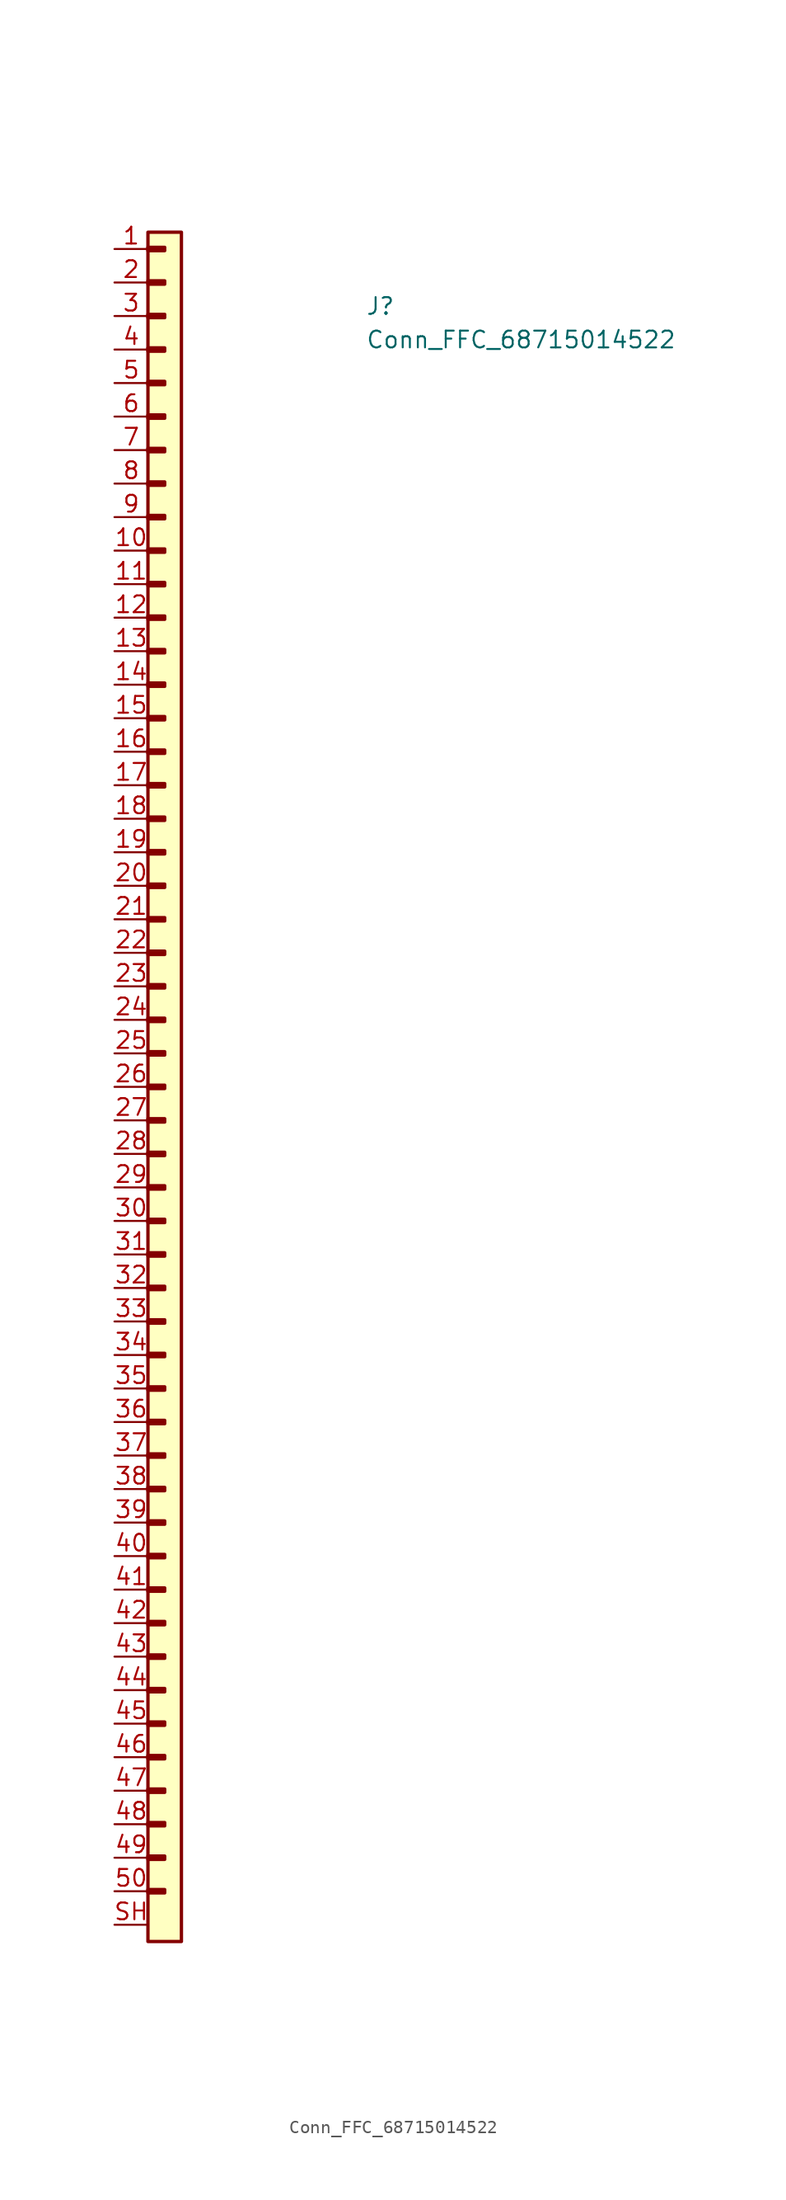
<source format=kicad_sym>
(kicad_symbol_lib
  (version 20211014)
  (generator kicad_symbol_editor)
  (symbol "Conn_FFC_68715014522"
    (property "Reference" "J"
      (at 19.05 -5.08 0)
      (effects (font (size 1.27 1.27) (thickness 0.15)) (justify left bottom)))
    (property "Value" "Conn_FFC_68715014522"
      (at 19.05 -7.62 0)
      (effects (font (size 1.27 1.27) (thickness 0.15)) (justify left bottom)))
    (symbol "Conn_FFC_68715014522_1_1"
      (rectangle (start 2.54 -124.333) (end 3.81 -124.587) (stroke (width 0.254) (type default) (color 0 0 0 0)) (fill (type background)))
      (rectangle (start 2.54 -121.793) (end 3.81 -122.047) (stroke (width 0.254) (type default) (color 0 0 0 0)) (fill (type background)))
      (rectangle (start 2.54 -119.253) (end 3.81 -119.507) (stroke (width 0.254) (type default) (color 0 0 0 0)) (fill (type background)))
      (rectangle (start 2.54 -116.713) (end 3.81 -116.967) (stroke (width 0.254) (type default) (color 0 0 0 0)) (fill (type background)))
      (rectangle (start 2.54 -114.173) (end 3.81 -114.427) (stroke (width 0.254) (type default) (color 0 0 0 0)) (fill (type background)))
      (rectangle (start 2.54 -111.633) (end 3.81 -111.887) (stroke (width 0.254) (type default) (color 0 0 0 0)) (fill (type background)))
      (rectangle (start 2.54 -109.093) (end 3.81 -109.347) (stroke (width 0.254) (type default) (color 0 0 0 0)) (fill (type background)))
      (rectangle (start 2.54 -106.553) (end 3.81 -106.807) (stroke (width 0.254) (type default) (color 0 0 0 0)) (fill (type background)))
      (rectangle (start 2.54 -104.013) (end 3.81 -104.267) (stroke (width 0.254) (type default) (color 0 0 0 0)) (fill (type background)))
      (rectangle (start 2.54 -101.473) (end 3.81 -101.727) (stroke (width 0.254) (type default) (color 0 0 0 0)) (fill (type background)))
      (rectangle (start 2.54 -98.933) (end 3.81 -99.187) (stroke (width 0.254) (type default) (color 0 0 0 0)) (fill (type background)))
      (rectangle (start 2.54 -96.393) (end 3.81 -96.647) (stroke (width 0.254) (type default) (color 0 0 0 0)) (fill (type background)))
      (rectangle (start 2.54 -93.853) (end 3.81 -94.107) (stroke (width 0.254) (type default) (color 0 0 0 0)) (fill (type background)))
      (rectangle (start 2.54 -91.313) (end 3.81 -91.567) (stroke (width 0.254) (type default) (color 0 0 0 0)) (fill (type background)))
      (rectangle (start 2.54 -88.773) (end 3.81 -89.027) (stroke (width 0.254) (type default) (color 0 0 0 0)) (fill (type background)))
      (rectangle (start 2.54 -86.233) (end 3.81 -86.487) (stroke (width 0.254) (type default) (color 0 0 0 0)) (fill (type background)))
      (rectangle (start 2.54 -83.693) (end 3.81 -83.947) (stroke (width 0.254) (type default) (color 0 0 0 0)) (fill (type background)))
      (rectangle (start 2.54 -81.153) (end 3.81 -81.407) (stroke (width 0.254) (type default) (color 0 0 0 0)) (fill (type background)))
      (rectangle (start 2.54 -78.613) (end 3.81 -78.867) (stroke (width 0.254) (type default) (color 0 0 0 0)) (fill (type background)))
      (rectangle (start 2.54 -76.073) (end 3.81 -76.327) (stroke (width 0.254) (type default) (color 0 0 0 0)) (fill (type background)))
      (rectangle (start 2.54 -73.533) (end 3.81 -73.787) (stroke (width 0.254) (type default) (color 0 0 0 0)) (fill (type background)))
      (rectangle (start 2.54 -70.993) (end 3.81 -71.247) (stroke (width 0.254) (type default) (color 0 0 0 0)) (fill (type background)))
      (rectangle (start 2.54 -68.453) (end 3.81 -68.707) (stroke (width 0.254) (type default) (color 0 0 0 0)) (fill (type background)))
      (rectangle (start 2.54 -65.913) (end 3.81 -66.167) (stroke (width 0.254) (type default) (color 0 0 0 0)) (fill (type background)))
      (rectangle (start 2.54 -63.373) (end 3.81 -63.627) (stroke (width 0.254) (type default) (color 0 0 0 0)) (fill (type background)))
      (rectangle (start 2.54 -60.833) (end 3.81 -61.087) (stroke (width 0.254) (type default) (color 0 0 0 0)) (fill (type background)))
      (rectangle (start 2.54 -58.293) (end 3.81 -58.547) (stroke (width 0.254) (type default) (color 0 0 0 0)) (fill (type background)))
      (rectangle (start 2.54 -55.753) (end 3.81 -56.007) (stroke (width 0.254) (type default) (color 0 0 0 0)) (fill (type background)))
      (rectangle (start 2.54 -53.213) (end 3.81 -53.467) (stroke (width 0.254) (type default) (color 0 0 0 0)) (fill (type background)))
      (rectangle (start 2.54 -50.673) (end 3.81 -50.927) (stroke (width 0.254) (type default) (color 0 0 0 0)) (fill (type background)))
      (rectangle (start 2.54 -48.133) (end 3.81 -48.387) (stroke (width 0.254) (type default) (color 0 0 0 0)) (fill (type background)))
      (rectangle (start 2.54 -45.593) (end 3.81 -45.847) (stroke (width 0.254) (type default) (color 0 0 0 0)) (fill (type background)))
      (rectangle (start 2.54 -43.053) (end 3.81 -43.307) (stroke (width 0.254) (type default) (color 0 0 0 0)) (fill (type background)))
      (rectangle (start 2.54 -40.513) (end 3.81 -40.767) (stroke (width 0.254) (type default) (color 0 0 0 0)) (fill (type background)))
      (rectangle (start 2.54 -37.973) (end 3.81 -38.227) (stroke (width 0.254) (type default) (color 0 0 0 0)) (fill (type background)))
      (rectangle (start 2.54 -35.433) (end 3.81 -35.687) (stroke (width 0.254) (type default) (color 0 0 0 0)) (fill (type background)))
      (rectangle (start 2.54 -32.893) (end 3.81 -33.147) (stroke (width 0.254) (type default) (color 0 0 0 0)) (fill (type background)))
      (rectangle (start 2.54 -30.353) (end 3.81 -30.607) (stroke (width 0.254) (type default) (color 0 0 0 0)) (fill (type background)))
      (rectangle (start 2.54 -27.813) (end 3.81 -28.067) (stroke (width 0.254) (type default) (color 0 0 0 0)) (fill (type background)))
      (rectangle (start 2.54 -25.273) (end 3.81 -25.527) (stroke (width 0.254) (type default) (color 0 0 0 0)) (fill (type background)))
      (rectangle (start 2.54 -22.733) (end 3.81 -22.987) (stroke (width 0.254) (type default) (color 0 0 0 0)) (fill (type background)))
      (rectangle (start 2.54 -20.193) (end 3.81 -20.447) (stroke (width 0.254) (type default) (color 0 0 0 0)) (fill (type background)))
      (rectangle (start 2.54 -17.653) (end 3.81 -17.907) (stroke (width 0.254) (type default) (color 0 0 0 0)) (fill (type background)))
      (rectangle (start 2.54 -15.113) (end 3.81 -15.367) (stroke (width 0.254) (type default) (color 0 0 0 0)) (fill (type background)))
      (rectangle (start 2.54 -12.573) (end 3.81 -12.827) (stroke (width 0.254) (type default) (color 0 0 0 0)) (fill (type background)))
      (rectangle (start 2.54 -10.033) (end 3.81 -10.287) (stroke (width 0.254) (type default) (color 0 0 0 0)) (fill (type background)))
      (rectangle (start 2.54 -7.493) (end 3.81 -7.747) (stroke (width 0.254) (type default) (color 0 0 0 0)) (fill (type background)))
      (rectangle (start 2.54 -4.953) (end 3.81 -5.207) (stroke (width 0.254) (type default) (color 0 0 0 0)) (fill (type background)))
      (rectangle (start 2.54 -2.413) (end 3.81 -2.667) (stroke (width 0.254) (type default) (color 0 0 0 0)) (fill (type background)))
      (rectangle (start 2.54 0.127) (end 3.81 -0.127) (stroke (width 0.254) (type default) (color 0 0 0 0)) (fill (type background)))
      (rectangle (start 2.54 1.27) (end 5.08 -128.27) (stroke (width 0.254) (type default) (color 0 0 0 0)) (fill (type background)))
      (pin passive line (at 0 0 0) (length 2.54) (name "~" (effects (font (size 1.27 1.27)))) (number "1" (effects (font (size 1.27 1.27)))))
      (pin passive line (at 0 -22.86 0) (length 2.54) (name "~" (effects (font (size 1.27 1.27)))) (number "10" (effects (font (size 1.27 1.27)))))
      (pin passive line (at 0 -25.4 0) (length 2.54) (name "~" (effects (font (size 1.27 1.27)))) (number "11" (effects (font (size 1.27 1.27)))))
      (pin passive line (at 0 -27.94 0) (length 2.54) (name "~" (effects (font (size 1.27 1.27)))) (number "12" (effects (font (size 1.27 1.27)))))
      (pin passive line (at 0 -30.48 0) (length 2.54) (name "~" (effects (font (size 1.27 1.27)))) (number "13" (effects (font (size 1.27 1.27)))))
      (pin passive line (at 0 -33.02 0) (length 2.54) (name "~" (effects (font (size 1.27 1.27)))) (number "14" (effects (font (size 1.27 1.27)))))
      (pin passive line (at 0 -35.56 0) (length 2.54) (name "~" (effects (font (size 1.27 1.27)))) (number "15" (effects (font (size 1.27 1.27)))))
      (pin passive line (at 0 -38.1 0) (length 2.54) (name "~" (effects (font (size 1.27 1.27)))) (number "16" (effects (font (size 1.27 1.27)))))
      (pin passive line (at 0 -40.64 0) (length 2.54) (name "~" (effects (font (size 1.27 1.27)))) (number "17" (effects (font (size 1.27 1.27)))))
      (pin passive line (at 0 -43.18 0) (length 2.54) (name "~" (effects (font (size 1.27 1.27)))) (number "18" (effects (font (size 1.27 1.27)))))
      (pin passive line (at 0 -45.72 0) (length 2.54) (name "~" (effects (font (size 1.27 1.27)))) (number "19" (effects (font (size 1.27 1.27)))))
      (pin passive line (at 0 -2.54 0) (length 2.54) (name "~" (effects (font (size 1.27 1.27)))) (number "2" (effects (font (size 1.27 1.27)))))
      (pin passive line (at 0 -48.26 0) (length 2.54) (name "~" (effects (font (size 1.27 1.27)))) (number "20" (effects (font (size 1.27 1.27)))))
      (pin passive line (at 0 -50.8 0) (length 2.54) (name "~" (effects (font (size 1.27 1.27)))) (number "21" (effects (font (size 1.27 1.27)))))
      (pin passive line (at 0 -53.34 0) (length 2.54) (name "~" (effects (font (size 1.27 1.27)))) (number "22" (effects (font (size 1.27 1.27)))))
      (pin passive line (at 0 -55.88 0) (length 2.54) (name "~" (effects (font (size 1.27 1.27)))) (number "23" (effects (font (size 1.27 1.27)))))
      (pin passive line (at 0 -58.42 0) (length 2.54) (name "~" (effects (font (size 1.27 1.27)))) (number "24" (effects (font (size 1.27 1.27)))))
      (pin passive line (at 0 -60.96 0) (length 2.54) (name "~" (effects (font (size 1.27 1.27)))) (number "25" (effects (font (size 1.27 1.27)))))
      (pin passive line (at 0 -63.5 0) (length 2.54) (name "~" (effects (font (size 1.27 1.27)))) (number "26" (effects (font (size 1.27 1.27)))))
      (pin passive line (at 0 -66.04 0) (length 2.54) (name "~" (effects (font (size 1.27 1.27)))) (number "27" (effects (font (size 1.27 1.27)))))
      (pin passive line (at 0 -68.58 0) (length 2.54) (name "~" (effects (font (size 1.27 1.27)))) (number "28" (effects (font (size 1.27 1.27)))))
      (pin passive line (at 0 -71.12 0) (length 2.54) (name "~" (effects (font (size 1.27 1.27)))) (number "29" (effects (font (size 1.27 1.27)))))
      (pin passive line (at 0 -5.08 0) (length 2.54) (name "~" (effects (font (size 1.27 1.27)))) (number "3" (effects (font (size 1.27 1.27)))))
      (pin passive line (at 0 -73.66 0) (length 2.54) (name "~" (effects (font (size 1.27 1.27)))) (number "30" (effects (font (size 1.27 1.27)))))
      (pin passive line (at 0 -76.2 0) (length 2.54) (name "~" (effects (font (size 1.27 1.27)))) (number "31" (effects (font (size 1.27 1.27)))))
      (pin passive line (at 0 -78.74 0) (length 2.54) (name "~" (effects (font (size 1.27 1.27)))) (number "32" (effects (font (size 1.27 1.27)))))
      (pin passive line (at 0 -81.28 0) (length 2.54) (name "~" (effects (font (size 1.27 1.27)))) (number "33" (effects (font (size 1.27 1.27)))))
      (pin passive line (at 0 -83.82 0) (length 2.54) (name "~" (effects (font (size 1.27 1.27)))) (number "34" (effects (font (size 1.27 1.27)))))
      (pin passive line (at 0 -86.36 0) (length 2.54) (name "~" (effects (font (size 1.27 1.27)))) (number "35" (effects (font (size 1.27 1.27)))))
      (pin passive line (at 0 -88.9 0) (length 2.54) (name "~" (effects (font (size 1.27 1.27)))) (number "36" (effects (font (size 1.27 1.27)))))
      (pin passive line (at 0 -91.44 0) (length 2.54) (name "~" (effects (font (size 1.27 1.27)))) (number "37" (effects (font (size 1.27 1.27)))))
      (pin passive line (at 0 -93.98 0) (length 2.54) (name "~" (effects (font (size 1.27 1.27)))) (number "38" (effects (font (size 1.27 1.27)))))
      (pin passive line (at 0 -96.52 0) (length 2.54) (name "~" (effects (font (size 1.27 1.27)))) (number "39" (effects (font (size 1.27 1.27)))))
      (pin passive line (at 0 -7.62 0) (length 2.54) (name "~" (effects (font (size 1.27 1.27)))) (number "4" (effects (font (size 1.27 1.27)))))
      (pin passive line (at 0 -99.06 0) (length 2.54) (name "~" (effects (font (size 1.27 1.27)))) (number "40" (effects (font (size 1.27 1.27)))))
      (pin passive line (at 0 -101.6 0) (length 2.54) (name "~" (effects (font (size 1.27 1.27)))) (number "41" (effects (font (size 1.27 1.27)))))
      (pin passive line (at 0 -104.14 0) (length 2.54) (name "~" (effects (font (size 1.27 1.27)))) (number "42" (effects (font (size 1.27 1.27)))))
      (pin passive line (at 0 -106.68 0) (length 2.54) (name "~" (effects (font (size 1.27 1.27)))) (number "43" (effects (font (size 1.27 1.27)))))
      (pin passive line (at 0 -109.22 0) (length 2.54) (name "~" (effects (font (size 1.27 1.27)))) (number "44" (effects (font (size 1.27 1.27)))))
      (pin passive line (at 0 -111.76 0) (length 2.54) (name "~" (effects (font (size 1.27 1.27)))) (number "45" (effects (font (size 1.27 1.27)))))
      (pin passive line (at 0 -114.3 0) (length 2.54) (name "~" (effects (font (size 1.27 1.27)))) (number "46" (effects (font (size 1.27 1.27)))))
      (pin passive line (at 0 -116.84 0) (length 2.54) (name "~" (effects (font (size 1.27 1.27)))) (number "47" (effects (font (size 1.27 1.27)))))
      (pin passive line (at 0 -119.38 0) (length 2.54) (name "~" (effects (font (size 1.27 1.27)))) (number "48" (effects (font (size 1.27 1.27)))))
      (pin passive line (at 0 -121.92 0) (length 2.54) (name "~" (effects (font (size 1.27 1.27)))) (number "49" (effects (font (size 1.27 1.27)))))
      (pin passive line (at 0 -10.16 0) (length 2.54) (name "~" (effects (font (size 1.27 1.27)))) (number "5" (effects (font (size 1.27 1.27)))))
      (pin passive line (at 0 -124.46 0) (length 2.54) (name "~" (effects (font (size 1.27 1.27)))) (number "50" (effects (font (size 1.27 1.27)))))
      (pin passive line (at 0 -12.7 0) (length 2.54) (name "~" (effects (font (size 1.27 1.27)))) (number "6" (effects (font (size 1.27 1.27)))))
      (pin passive line (at 0 -15.24 0) (length 2.54) (name "~" (effects (font (size 1.27 1.27)))) (number "7" (effects (font (size 1.27 1.27)))))
      (pin passive line (at 0 -17.78 0) (length 2.54) (name "~" (effects (font (size 1.27 1.27)))) (number "8" (effects (font (size 1.27 1.27)))))
      (pin passive line (at 0 -20.32 0) (length 2.54) (name "~" (effects (font (size 1.27 1.27)))) (number "9" (effects (font (size 1.27 1.27)))))
      (pin passive line (at 0 -127 0) (length 2.54) (name "~" (effects (font (size 1.27 1.27)))) (number "SH" (effects (font (size 1.27 1.27))))))))
</source>
